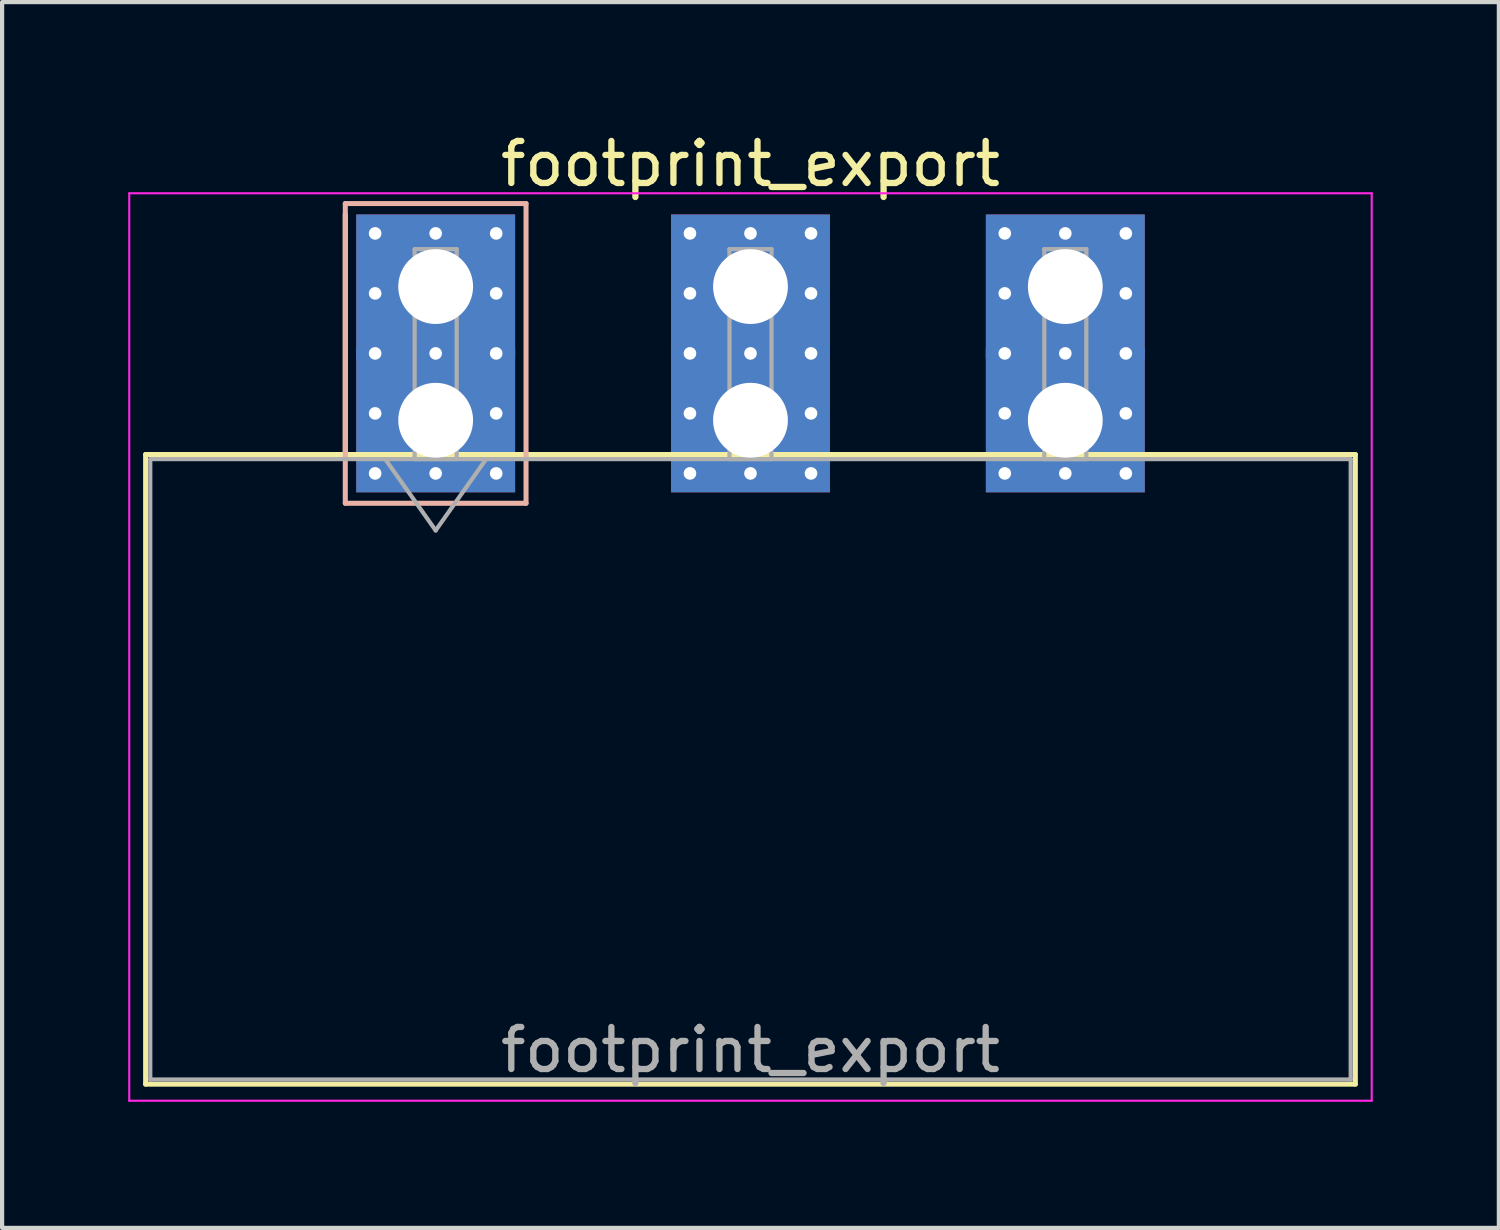
<source format=kicad_pcb>
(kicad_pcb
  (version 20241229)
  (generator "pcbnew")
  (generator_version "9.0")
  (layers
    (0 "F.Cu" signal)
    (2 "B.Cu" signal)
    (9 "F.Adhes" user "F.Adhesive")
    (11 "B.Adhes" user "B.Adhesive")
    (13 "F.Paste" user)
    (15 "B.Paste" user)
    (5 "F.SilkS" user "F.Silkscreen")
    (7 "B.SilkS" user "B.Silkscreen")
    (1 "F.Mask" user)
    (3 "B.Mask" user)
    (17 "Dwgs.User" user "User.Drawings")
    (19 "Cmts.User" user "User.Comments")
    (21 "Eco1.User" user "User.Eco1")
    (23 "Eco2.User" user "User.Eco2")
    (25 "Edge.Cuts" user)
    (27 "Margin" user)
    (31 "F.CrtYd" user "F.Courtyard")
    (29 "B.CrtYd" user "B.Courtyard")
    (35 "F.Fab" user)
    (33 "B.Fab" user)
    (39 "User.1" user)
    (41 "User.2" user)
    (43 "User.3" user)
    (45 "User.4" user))
  (footprint "footprint_export"
    (layer "F.Cu")
    (at 7.315 6.948)
    (property "Reference" "footprint_export" (at 7.49 -6.1 0) (layer "F.SilkS") (effects (font (size 1 1) (thickness 0.15))))
    (attr through_hole)
    (fp_line (start -6.9 0.815) (end -6.9 15.795) (stroke (width 0.12) (type solid)) (layer "F.SilkS"))
    (fp_line (start -6.9 15.795) (end 21.88 15.795) (stroke (width 0.12) (type solid)) (layer "F.SilkS"))
    (fp_line (start -2.15 0.815) (end -2.15 -4.895) (stroke (width 0.12) (type solid)) (layer "F.SilkS"))
    (fp_line (start 2.15 0.815) (end 5.34 0.815) (stroke (width 0.12) (type solid)) (layer "F.SilkS"))
    (fp_line (start 9.64 0.815) (end 12.83 0.815) (stroke (width 0.12) (type solid)) (layer "F.SilkS"))
    (fp_line (start 21.88 0.815) (end -6.9 0.815) (stroke (width 0.12) (type solid)) (layer "F.SilkS"))
    (fp_line (start 21.88 15.795) (end 21.88 0.815) (stroke (width 0.12) (type solid)) (layer "F.SilkS"))
    (fp_line (start -2.15 -5.155) (end -2.15 1.975) (stroke (width 0.12) (type solid)) (layer "B.SilkS"))
    (fp_line (start -2.15 1.975) (end 2.15 1.975) (stroke (width 0.12) (type solid)) (layer "B.SilkS"))
    (fp_line (start 2.15 -5.155) (end -2.15 -5.155) (stroke (width 0.12) (type solid)) (layer "B.SilkS"))
    (fp_line (start 2.15 1.975) (end 2.15 -5.155) (stroke (width 0.12) (type solid)) (layer "B.SilkS"))
    (fp_line (start -7.29 -5.4) (end -7.29 16.19) (stroke (width 0.05) (type solid)) (layer "F.CrtYd"))
    (fp_line (start -7.29 16.19) (end 22.27 16.19) (stroke (width 0.05) (type solid)) (layer "F.CrtYd"))
    (fp_line (start 22.27 -5.4) (end -7.29 -5.4) (stroke (width 0.05) (type solid)) (layer "F.CrtYd"))
    (fp_line (start 22.27 16.19) (end 22.27 -5.4) (stroke (width 0.05) (type solid)) (layer "F.CrtYd"))
    (fp_line (start -6.79 0.925) (end -6.79 15.685) (stroke (width 0.1) (type solid)) (layer "F.Fab"))
    (fp_line (start -6.79 15.685) (end 21.77 15.685) (stroke (width 0.1) (type solid)) (layer "F.Fab"))
    (fp_line (start -1.2 0.925) (end 0 2.622) (stroke (width 0.1) (type solid)) (layer "F.Fab"))
    (fp_line (start -0.5 -4.07) (end 0.5 -4.07) (stroke (width 0.1) (type solid)) (layer "F.Fab"))
    (fp_line (start -0.5 0.925) (end -0.5 -4.07) (stroke (width 0.1) (type solid)) (layer "F.Fab"))
    (fp_line (start 0 2.622) (end 1.2 0.925) (stroke (width 0.1) (type solid)) (layer "F.Fab"))
    (fp_line (start 0.5 -4.07) (end 0.5 0.925) (stroke (width 0.1) (type solid)) (layer "F.Fab"))
    (fp_line (start 0.5 0.925) (end -0.5 0.925) (stroke (width 0.1) (type solid)) (layer "F.Fab"))
    (fp_line (start 6.99 -4.07) (end 7.99 -4.07) (stroke (width 0.1) (type solid)) (layer "F.Fab"))
    (fp_line (start 6.99 0.925) (end 6.99 -4.07) (stroke (width 0.1) (type solid)) (layer "F.Fab"))
    (fp_line (start 7.99 -4.07) (end 7.99 0.925) (stroke (width 0.1) (type solid)) (layer "F.Fab"))
    (fp_line (start 7.99 0.925) (end 6.99 0.925) (stroke (width 0.1) (type solid)) (layer "F.Fab"))
    (fp_line (start 14.48 -4.07) (end 15.48 -4.07) (stroke (width 0.1) (type solid)) (layer "F.Fab"))
    (fp_line (start 14.48 0.925) (end 14.48 -4.07) (stroke (width 0.1) (type solid)) (layer "F.Fab"))
    (fp_line (start 15.48 -4.07) (end 15.48 0.925) (stroke (width 0.1) (type solid)) (layer "F.Fab"))
    (fp_line (start 15.48 0.925) (end 14.48 0.925) (stroke (width 0.1) (type solid)) (layer "F.Fab"))
    (fp_line (start 21.77 0.925) (end -6.79 0.925) (stroke (width 0.1) (type solid)) (layer "F.Fab"))
    (fp_line (start 21.77 15.685) (end 21.77 0.925) (stroke (width 0.1) (type solid)) (layer "F.Fab"))
    (fp_text user "${REFERENCE}" (at 7.49 14.98 0) (layer "F.Fab") (effects (font (size 1 1) (thickness 0.15))))
    (pad "1" thru_hole rect (at -1.44 -4.445) (size 0.6 0.6) (drill 0.3) (layers "*.Cu" "*.Mask"))
    (pad "1" thru_hole rect (at -1.44 -3.018) (size 0.6 0.6) (drill 0.3) (layers "*.Cu" "*.Mask"))
    (pad "1" thru_hole rect (at -1.44 -1.59) (size 0.6 0.6) (drill 0.3) (layers "*.Cu" "*.Mask"))
    (pad "1" thru_hole rect (at -1.44 -0.163) (size 0.6 0.6) (drill 0.3) (layers "*.Cu" "*.Mask"))
    (pad "1" thru_hole rect (at -1.44 1.265) (size 0.6 0.6) (drill 0.3) (layers "*.Cu" "*.Mask"))
    (pad "1" thru_hole rect (at 0 -4.445) (size 0.6 0.6) (drill 0.3) (layers "*.Cu" "*.Mask"))
    (pad "1" thru_hole rect (at 0 -3.18) (size 3.78 3.43) (drill 1.78) (layers "*.Cu" "*.Mask"))
    (pad "1" thru_hole rect (at 0 -1.59) (size 0.6 0.6) (drill 0.3) (layers "*.Cu" "*.Mask"))
    (pad "1" thru_hole rect (at 0 0) (size 3.78 3.43) (drill 1.78) (layers "*.Cu" "*.Mask"))
    (pad "1" thru_hole rect (at 0 1.265) (size 0.6 0.6) (drill 0.3) (layers "*.Cu" "*.Mask"))
    (pad "1" thru_hole rect (at 1.44 -4.445) (size 0.6 0.6) (drill 0.3) (layers "*.Cu" "*.Mask"))
    (pad "1" thru_hole rect (at 1.44 -3.018) (size 0.6 0.6) (drill 0.3) (layers "*.Cu" "*.Mask"))
    (pad "1" thru_hole rect (at 1.44 -1.59) (size 0.6 0.6) (drill 0.3) (layers "*.Cu" "*.Mask"))
    (pad "1" thru_hole rect (at 1.44 -0.163) (size 0.6 0.6) (drill 0.3) (layers "*.Cu" "*.Mask"))
    (pad "1" thru_hole rect (at 1.44 1.265) (size 0.6 0.6) (drill 0.3) (layers "*.Cu" "*.Mask"))
    (pad "2" thru_hole circle (at 6.05 -4.445) (size 0.6 0.6) (drill 0.3) (layers "*.Cu" "*.Mask"))
    (pad "2" thru_hole circle (at 6.05 -3.018) (size 0.6 0.6) (drill 0.3) (layers "*.Cu" "*.Mask"))
    (pad "2" thru_hole circle (at 6.05 -1.59) (size 0.6 0.6) (drill 0.3) (layers "*.Cu" "*.Mask"))
    (pad "2" thru_hole circle (at 6.05 -0.163) (size 0.6 0.6) (drill 0.3) (layers "*.Cu" "*.Mask"))
    (pad "2" thru_hole circle (at 6.05 1.265) (size 0.6 0.6) (drill 0.3) (layers "*.Cu" "*.Mask"))
    (pad "2" thru_hole circle (at 7.49 -4.445) (size 0.6 0.6) (drill 0.3) (layers "*.Cu" "*.Mask"))
    (pad "2" thru_hole rect (at 7.49 -3.18) (size 3.78 3.43) (drill 1.78) (layers "*.Cu" "*.Mask"))
    (pad "2" thru_hole circle (at 7.49 -1.59) (size 0.6 0.6) (drill 0.3) (layers "*.Cu" "*.Mask"))
    (pad "2" thru_hole rect (at 7.49 0) (size 3.78 3.43) (drill 1.78) (layers "*.Cu" "*.Mask"))
    (pad "2" thru_hole circle (at 7.49 1.265) (size 0.6 0.6) (drill 0.3) (layers "*.Cu" "*.Mask"))
    (pad "2" thru_hole circle (at 8.93 -4.445) (size 0.6 0.6) (drill 0.3) (layers "*.Cu" "*.Mask"))
    (pad "2" thru_hole circle (at 8.93 -3.018) (size 0.6 0.6) (drill 0.3) (layers "*.Cu" "*.Mask"))
    (pad "2" thru_hole circle (at 8.93 -1.59) (size 0.6 0.6) (drill 0.3) (layers "*.Cu" "*.Mask"))
    (pad "2" thru_hole circle (at 8.93 -0.163) (size 0.6 0.6) (drill 0.3) (layers "*.Cu" "*.Mask"))
    (pad "2" thru_hole circle (at 8.93 1.265) (size 0.6 0.6) (drill 0.3) (layers "*.Cu" "*.Mask"))
    (pad "3" thru_hole circle (at 13.54 -4.445) (size 0.6 0.6) (drill 0.3) (layers "*.Cu" "*.Mask"))
    (pad "3" thru_hole circle (at 13.54 -3.018) (size 0.6 0.6) (drill 0.3) (layers "*.Cu" "*.Mask"))
    (pad "3" thru_hole circle (at 13.54 -1.59) (size 0.6 0.6) (drill 0.3) (layers "*.Cu" "*.Mask"))
    (pad "3" thru_hole circle (at 13.54 -0.163) (size 0.6 0.6) (drill 0.3) (layers "*.Cu" "*.Mask"))
    (pad "3" thru_hole circle (at 13.54 1.265) (size 0.6 0.6) (drill 0.3) (layers "*.Cu" "*.Mask"))
    (pad "3" thru_hole circle (at 14.98 -4.445) (size 0.6 0.6) (drill 0.3) (layers "*.Cu" "*.Mask"))
    (pad "3" thru_hole rect (at 14.98 -3.18) (size 3.78 3.43) (drill 1.78) (layers "*.Cu" "*.Mask"))
    (pad "3" thru_hole circle (at 14.98 -1.59) (size 0.6 0.6) (drill 0.3) (layers "*.Cu" "*.Mask"))
    (pad "3" thru_hole rect (at 14.98 0) (size 3.78 3.43) (drill 1.78) (layers "*.Cu" "*.Mask"))
    (pad "3" thru_hole circle (at 14.98 1.265) (size 0.6 0.6) (drill 0.3) (layers "*.Cu" "*.Mask"))
    (pad "3" thru_hole circle (at 16.42 -4.445) (size 0.6 0.6) (drill 0.3) (layers "*.Cu" "*.Mask"))
    (pad "3" thru_hole circle (at 16.42 -3.018) (size 0.6 0.6) (drill 0.3) (layers "*.Cu" "*.Mask"))
    (pad "3" thru_hole circle (at 16.42 -1.59) (size 0.6 0.6) (drill 0.3) (layers "*.Cu" "*.Mask"))
    (pad "3" thru_hole circle (at 16.42 -0.163) (size 0.6 0.6) (drill 0.3) (layers "*.Cu" "*.Mask"))
    (pad "3" thru_hole circle (at 16.42 1.265) (size 0.6 0.6) (drill 0.3) (layers "*.Cu" "*.Mask")))
  (gr_rect
    (start -3 -3)
    (end 32.61 26.163)
    (stroke (width 0.1) (type default))
    (fill no)
    (layer "Edge.Cuts")))
</source>
